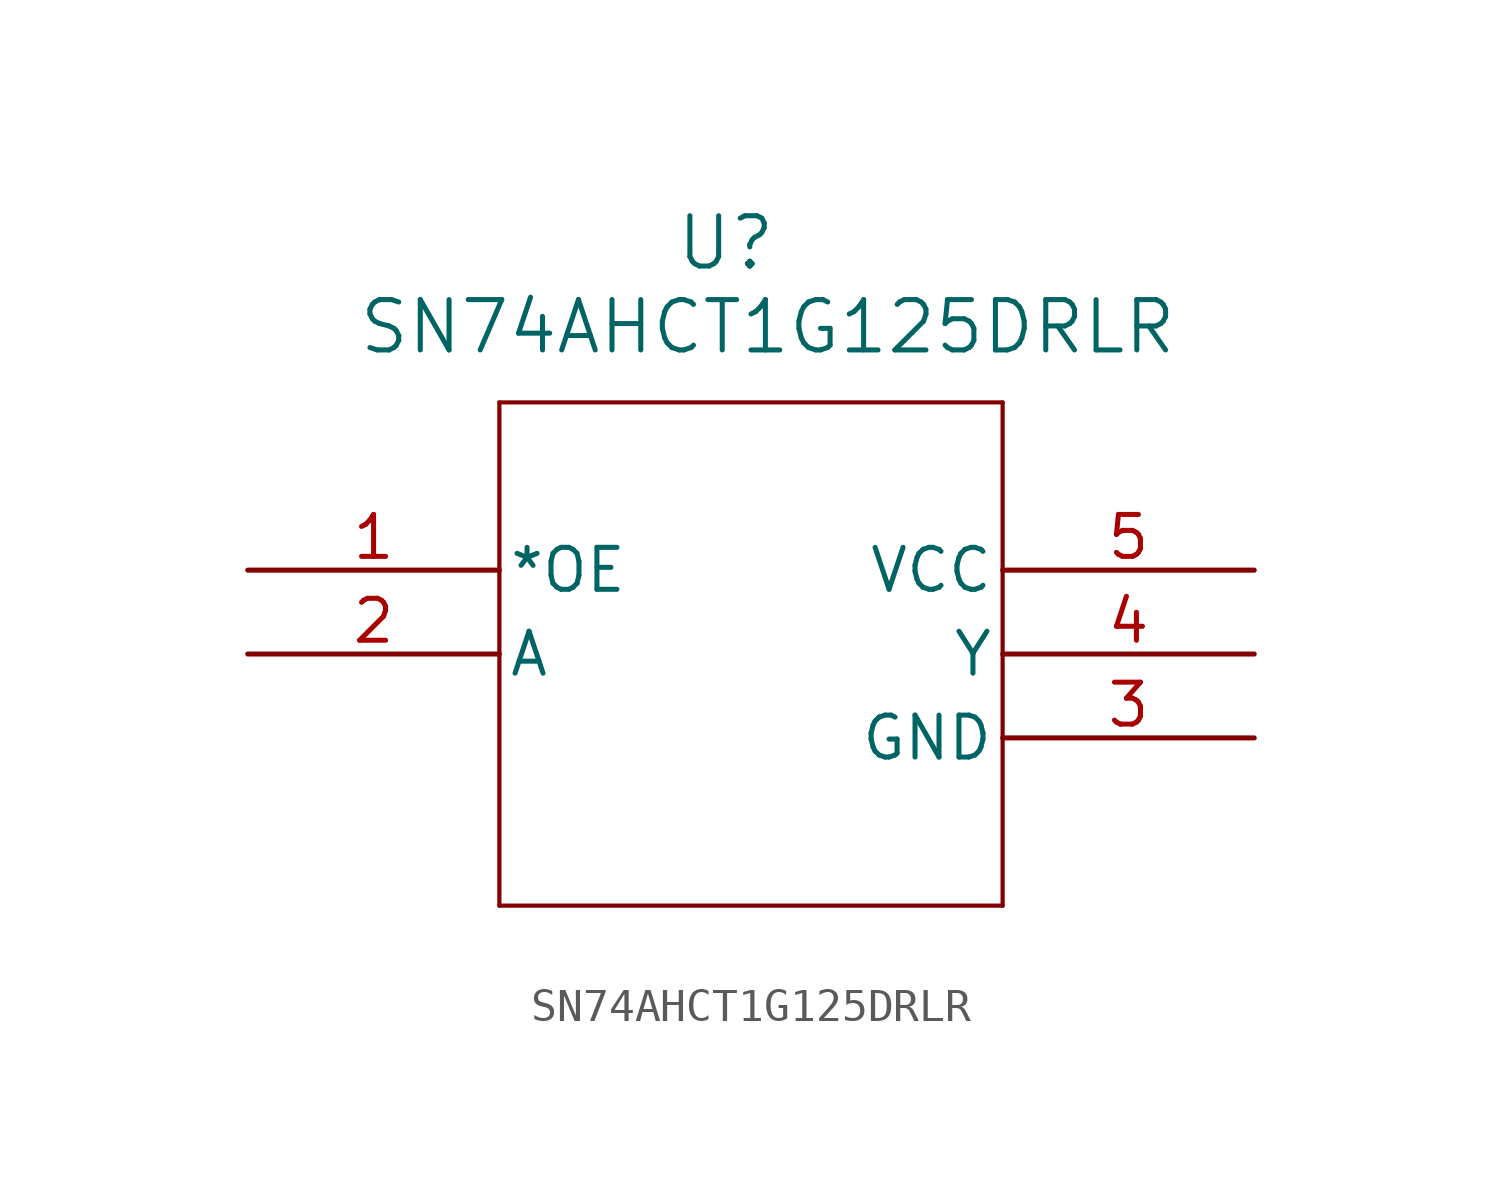
<source format=kicad_sym>
(kicad_symbol_lib
  (version 20241209)
  (generator "kicad_symbol_editor")
  (generator_version "9.0")
  (symbol "SN74AHCT1G125DRLR"
    (pin_names
      (offset 0.254))
    (property "Reference" "U"
      (at 39.878 9.906 0)
      (effects (font (size 1.524 1.524))))
    (property "Value" "SN74AHCT1G125DRLR"
      (at 41.148 7.366 0)
      (effects (font (size 1.524 1.524))))
    (property "ki_locked" ""
      (at 0 0 0)
      (effects (font (size 1.27 1.27))))
    (symbol "SN74AHCT1G125DRLR_0_1"
      (polyline (pts (xy 33.02 5.08) (xy 33.02 -10.16)) (stroke (width 0.127) (type default)) (fill (type none)))
      (polyline (pts (xy 33.02 -10.16) (xy 48.26 -10.16)) (stroke (width 0.127) (type default)) (fill (type none)))
      (polyline (pts (xy 48.26 5.08) (xy 33.02 5.08)) (stroke (width 0.127) (type default)) (fill (type none)))
      (polyline (pts (xy 48.26 -10.16) (xy 48.26 5.08)) (stroke (width 0.127) (type default)) (fill (type none)))
      (pin input line (at 25.4 0 0) (length 7.62) (name "*OE" (effects (font (size 1.27 1.27)))) (number "1" (effects (font (size 1.27 1.27)))))
      (pin input line (at 25.4 -2.54 0) (length 7.62) (name "A" (effects (font (size 1.27 1.27)))) (number "2" (effects (font (size 1.27 1.27)))))
      (pin power_in line (at 55.88 0 180) (length 7.62) (name "VCC" (effects (font (size 1.27 1.27)))) (number "5" (effects (font (size 1.27 1.27)))))
      (pin output line (at 55.88 -2.54 180) (length 7.62) (name "Y" (effects (font (size 1.27 1.27)))) (number "4" (effects (font (size 1.27 1.27)))))
      (pin power_in line (at 55.88 -5.08 180) (length 7.62) (name "GND" (effects (font (size 1.27 1.27)))) (number "3" (effects (font (size 1.27 1.27))))))))
</source>
